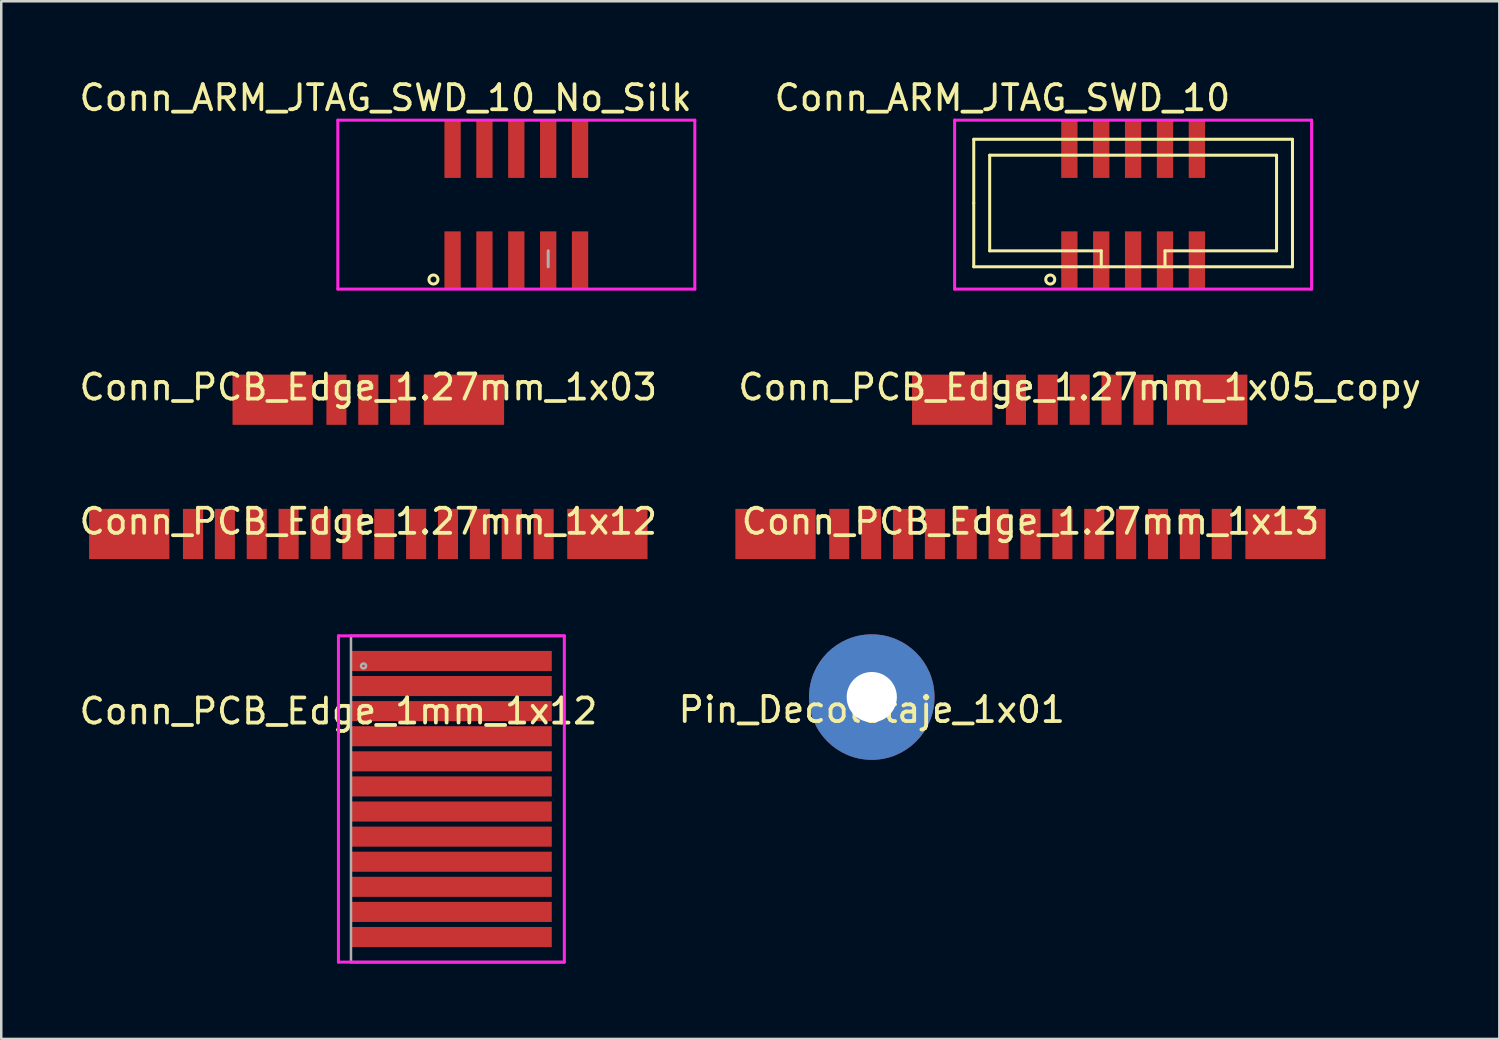
<source format=kicad_pcb>
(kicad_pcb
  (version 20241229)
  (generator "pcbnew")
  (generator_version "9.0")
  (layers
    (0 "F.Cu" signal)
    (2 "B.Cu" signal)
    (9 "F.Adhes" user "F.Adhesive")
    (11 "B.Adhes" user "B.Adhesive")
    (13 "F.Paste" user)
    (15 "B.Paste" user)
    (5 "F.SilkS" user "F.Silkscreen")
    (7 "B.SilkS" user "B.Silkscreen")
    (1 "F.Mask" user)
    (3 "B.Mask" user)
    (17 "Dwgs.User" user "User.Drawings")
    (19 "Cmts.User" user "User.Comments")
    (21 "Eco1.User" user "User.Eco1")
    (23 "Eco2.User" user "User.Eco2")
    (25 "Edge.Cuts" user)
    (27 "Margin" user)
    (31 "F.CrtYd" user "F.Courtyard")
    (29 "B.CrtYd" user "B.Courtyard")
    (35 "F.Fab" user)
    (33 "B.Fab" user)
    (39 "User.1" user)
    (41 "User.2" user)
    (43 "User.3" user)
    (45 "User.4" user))
  (footprint "Conn_PCB_Edge_1.27mm_1x05_copy"
    (layer "F.Cu")
    (at 39.97 12.877)
    (property "Reference" "Conn_PCB_Edge_1.27mm_1x05_copy" (at 0 -0.5 0) (unlocked yes) (layer "F.SilkS") (effects (font (size 1 1) (thickness 0.15))))
    (attr smd)
    (pad "" smd rect (at -5.08 0) (size 3.2 2) (layers "F.Cu" "F.Mask"))
    (pad "" smd rect (at 5.08 0) (size 3.2 2) (layers "F.Cu" "F.Mask"))
    (pad "1" smd rect (at -2.54 0) (size 0.8 2) (layers "F.Cu" "F.Mask"))
    (pad "2" smd rect (at -1.27 0) (size 0.8 2) (layers "F.Cu" "F.Mask"))
    (pad "3" smd rect (at 0 0) (size 0.8 2) (layers "F.Cu" "F.Mask"))
    (pad "4" smd rect (at 1.27 0) (size 0.8 2) (layers "F.Cu" "F.Mask"))
    (pad "5" smd rect (at 2.54 0) (size 0.8 2) (layers "F.Cu" "F.Mask")))
  (footprint "Conn_PCB_Edge_1mm_1x12"
    (layer "F.Cu")
    (at 14.935 28.785)
    (property "Reference" "Conn_PCB_Edge_1mm_1x12" (at -4.5 -3.5 0) (unlocked yes) (layer "F.SilkS") (effects (font (size 1 1) (thickness 0.15))))
    (fp_rect (start -4 -6.45) (end 0 6.45) (stroke (width 0.12) (type solid)) (fill yes) (layer "F.Mask"))
    (fp_line (start -4.5 -6.5) (end -4.5 6.5) (stroke (width 0.12) (type solid)) (layer "F.CrtYd"))
    (fp_line (start 4.5 -6.5) (end -4.5 -6.5) (stroke (width 0.12) (type solid)) (layer "F.CrtYd"))
    (fp_line (start 4.5 -6.5) (end 4.5 6.5) (stroke (width 0.12) (type solid)) (layer "F.CrtYd"))
    (fp_line (start 4.5 6.5) (end -4.5 6.5) (stroke (width 0.12) (type solid)) (layer "F.CrtYd"))
    (fp_line (start -4 -6.5) (end -4 6.5) (stroke (width 0.1) (type solid)) (layer "F.Fab"))
    (fp_line (start -4 6.5) (end 4.5 6.5) (stroke (width 0.1) (type solid)) (layer "F.Fab"))
    (fp_line (start 4.5 -6.5) (end -4 -6.5) (stroke (width 0.1) (type solid)) (layer "F.Fab"))
    (fp_circle (center -3.5 -5.3) (end -3.5 -5.2) (stroke (width 0.1) (type solid)) (fill no) (layer "F.Fab"))
    (pad "1" connect rect (at 0 -5.5) (size 8 0.8) (layers "F.Cu"))
    (pad "2" connect rect (at 0 -4.5) (size 8 0.8) (layers "F.Cu"))
    (pad "3" connect rect (at 0 -3.5) (size 8 0.8) (layers "F.Cu"))
    (pad "4" connect rect (at 0 -2.5) (size 8 0.8) (layers "F.Cu"))
    (pad "5" connect rect (at 0 -1.5) (size 8 0.8) (layers "F.Cu"))
    (pad "6" connect rect (at 0 -0.5) (size 8 0.8) (layers "F.Cu"))
    (pad "7" connect rect (at 0 0.5) (size 8 0.8) (layers "F.Cu"))
    (pad "8" connect rect (at 0 1.5) (size 8 0.8) (layers "F.Cu"))
    (pad "9" connect rect (at 0 2.5) (size 8 0.8) (layers "F.Cu"))
    (pad "10" connect rect (at 0 3.5) (size 8 0.8) (layers "F.Cu"))
    (pad "11" connect rect (at 0 4.5) (size 8 0.8) (layers "F.Cu"))
    (pad "12" connect rect (at 0 5.5) (size 8 0.8) (layers "F.Cu")))
  (footprint "Conn_PCB_Edge_1.27mm_1x13"
    (layer "F.Cu")
    (at 38.01 18.225)
    (property "Reference" "Conn_PCB_Edge_1.27mm_1x13" (at 0 -0.5 0) (unlocked yes) (layer "F.SilkS") (effects (font (size 1 1) (thickness 0.15))))
    (attr smd)
    (pad "" smd rect (at -10.16 0) (size 3.2 2) (layers "F.Cu" "F.Mask"))
    (pad "" smd rect (at 10.16 0) (size 3.2 2) (layers "F.Cu" "F.Mask"))
    (pad "1" smd rect (at -7.62 0) (size 0.8 2) (layers "F.Cu" "F.Mask"))
    (pad "2" smd rect (at -6.35 0) (size 0.8 2) (layers "F.Cu" "F.Mask"))
    (pad "3" smd rect (at -5.08 0) (size 0.8 2) (layers "F.Cu" "F.Mask"))
    (pad "4" smd rect (at -3.81 0) (size 0.8 2) (layers "F.Cu" "F.Mask"))
    (pad "5" smd rect (at -2.54 0) (size 0.8 2) (layers "F.Cu" "F.Mask"))
    (pad "6" smd rect (at -1.27 0) (size 0.8 2) (layers "F.Cu" "F.Mask"))
    (pad "7" smd rect (at 0 0) (size 0.8 2) (layers "F.Cu" "F.Mask"))
    (pad "8" smd rect (at 1.27 0) (size 0.8 2) (layers "F.Cu" "F.Mask"))
    (pad "9" smd rect (at 2.54 0) (size 0.8 2) (layers "F.Cu" "F.Mask"))
    (pad "10" smd rect (at 3.81 0) (size 0.8 2) (layers "F.Cu" "F.Mask"))
    (pad "11" smd rect (at 5.08 0) (size 0.8 2) (layers "F.Cu" "F.Mask"))
    (pad "12" smd rect (at 6.35 0) (size 0.8 2) (layers "F.Cu" "F.Mask"))
    (pad "13" smd rect (at 7.62 0) (size 0.8 2) (layers "F.Cu" "F.Mask")))
  (footprint "Conn_ARM_JTAG_SWD_10"
    (layer "F.Cu")
    (at 42.098 5.039)
    (property "Reference" "Conn_ARM_JTAG_SWD_10" (at -5.207 -4.191 0) (layer "F.SilkS") (effects (font (size 1 1) (thickness 0.15))))
    (attr through_hole)
    (fp_line (start -6.35 -2.54) (end 6.35 -2.54) (stroke (width 0.12) (type solid)) (layer "F.SilkS"))
    (fp_line (start -6.35 0) (end -6.35 -2.54) (stroke (width 0.12) (type solid)) (layer "F.SilkS"))
    (fp_line (start -6.35 2.54) (end -6.35 0) (stroke (width 0.12) (type solid)) (layer "F.SilkS"))
    (fp_line (start -5.715 -1.905) (end 5.715 -1.905) (stroke (width 0.12) (type solid)) (layer "F.SilkS"))
    (fp_line (start -5.715 1.905) (end -5.715 -1.905) (stroke (width 0.12) (type solid)) (layer "F.SilkS"))
    (fp_line (start -1.27 1.905) (end -5.715 1.905) (stroke (width 0.12) (type solid)) (layer "F.SilkS"))
    (fp_line (start -1.27 2.54) (end -1.27 1.905) (stroke (width 0.12) (type solid)) (layer "F.SilkS"))
    (fp_line (start 1.27 1.905) (end 1.27 2.54) (stroke (width 0.12) (type solid)) (layer "F.SilkS"))
    (fp_line (start 5.715 -1.905) (end 5.715 1.905) (stroke (width 0.12) (type solid)) (layer "F.SilkS"))
    (fp_line (start 5.715 1.905) (end 1.27 1.905) (stroke (width 0.12) (type solid)) (layer "F.SilkS"))
    (fp_line (start 6.35 -2.54) (end 6.35 2.54) (stroke (width 0.12) (type solid)) (layer "F.SilkS"))
    (fp_line (start 6.35 2.54) (end -6.35 2.54) (stroke (width 0.12) (type solid)) (layer "F.SilkS"))
    (fp_circle (center -3.302 3.048) (end -3.175 3.175) (stroke (width 0.12) (type solid)) (fill no) (layer "F.SilkS"))
    (fp_line (start -7.112 -3.302) (end -7.112 3.429) (stroke (width 0.12) (type solid)) (layer "F.CrtYd"))
    (fp_line (start -7.112 3.429) (end 7.112 3.429) (stroke (width 0.12) (type solid)) (layer "F.CrtYd"))
    (fp_line (start 7.112 -3.302) (end -7.112 -3.302) (stroke (width 0.12) (type solid)) (layer "F.CrtYd"))
    (fp_line (start 7.112 3.429) (end 7.112 -3.302) (stroke (width 0.12) (type solid)) (layer "F.CrtYd"))
    (pad "1" smd rect (at -2.54 2.265) (size 0.65 2.27) (layers "F.Cu" "F.Mask" "F.Paste"))
    (pad "2" smd rect (at -2.54 -2.135) (size 0.65 2.27) (layers "F.Cu" "F.Mask" "F.Paste"))
    (pad "3" smd rect (at -1.27 2.265) (size 0.65 2.27) (layers "F.Cu" "F.Mask" "F.Paste"))
    (pad "4" smd rect (at -1.27 -2.135) (size 0.65 2.27) (layers "F.Cu" "F.Mask" "F.Paste"))
    (pad "5" smd rect (at 0 2.265) (size 0.65 2.27) (layers "F.Cu" "F.Mask" "F.Paste"))
    (pad "6" smd rect (at 0 -2.135) (size 0.65 2.27) (layers "F.Cu" "F.Mask" "F.Paste"))
    (pad "7" smd rect (at 1.27 2.265) (size 0.65 2.27) (layers "F.Cu" "F.Mask" "F.Paste"))
    (pad "8" smd rect (at 1.27 -2.135) (size 0.65 2.27) (layers "F.Cu" "F.Mask" "F.Paste"))
    (pad "9" smd rect (at 2.54 2.265) (size 0.65 2.27) (layers "F.Cu" "F.Mask" "F.Paste"))
    (pad "10" smd rect (at 2.54 -2.135) (size 0.65 2.27) (layers "F.Cu" "F.Mask" "F.Paste")))
  (footprint "Conn_PCB_Edge_1.27mm_1x12"
    (layer "F.Cu")
    (at 11.625 18.225)
    (property "Reference" "Conn_PCB_Edge_1.27mm_1x12" (at 0 -0.5 0) (unlocked yes) (layer "F.SilkS") (effects (font (size 1 1) (thickness 0.15))))
    (attr smd)
    (pad "" smd rect (at -9.525 0) (size 3.2 2) (layers "F.Cu" "F.Mask"))
    (pad "" smd rect (at 9.525 0) (size 3.2 2) (layers "F.Cu" "F.Mask"))
    (pad "1" smd rect (at -6.985 0) (size 0.8 2) (layers "F.Cu" "F.Mask"))
    (pad "2" smd rect (at -5.715 0) (size 0.8 2) (layers "F.Cu" "F.Mask"))
    (pad "3" smd rect (at -4.445 0) (size 0.8 2) (layers "F.Cu" "F.Mask"))
    (pad "4" smd rect (at -3.175 0) (size 0.8 2) (layers "F.Cu" "F.Mask"))
    (pad "5" smd rect (at -1.905 0) (size 0.8 2) (layers "F.Cu" "F.Mask"))
    (pad "6" smd rect (at -0.635 0) (size 0.8 2) (layers "F.Cu" "F.Mask"))
    (pad "7" smd rect (at 0.635 0) (size 0.8 2) (layers "F.Cu" "F.Mask"))
    (pad "8" smd rect (at 1.905 0) (size 0.8 2) (layers "F.Cu" "F.Mask"))
    (pad "9" smd rect (at 3.175 0) (size 0.8 2) (layers "F.Cu" "F.Mask"))
    (pad "10" smd rect (at 4.445 0) (size 0.8 2) (layers "F.Cu" "F.Mask"))
    (pad "11" smd rect (at 5.715 0) (size 0.8 2) (layers "F.Cu" "F.Mask"))
    (pad "12" smd rect (at 6.985 0) (size 0.8 2) (layers "F.Cu" "F.Mask")))
  (footprint "Conn_PCB_Edge_1.27mm_1x03"
    (layer "F.Cu")
    (at 11.625 12.877)
    (property "Reference" "Conn_PCB_Edge_1.27mm_1x03" (at 0 -0.5 0) (unlocked yes) (layer "F.SilkS") (effects (font (size 1 1) (thickness 0.15))))
    (attr smd)
    (pad "" smd rect (at -3.81 0) (size 3.2 2) (layers "F.Cu" "F.Mask" "F.Paste"))
    (pad "" smd rect (at 3.81 0) (size 3.2 2) (layers "F.Cu" "F.Mask" "F.Paste"))
    (pad "1" smd rect (at -1.27 0) (size 0.8 2) (layers "F.Cu" "F.Mask" "F.Paste"))
    (pad "2" smd rect (at 0 0) (size 0.8 2) (layers "F.Cu" "F.Mask" "F.Paste"))
    (pad "3" smd rect (at 1.27 0) (size 0.8 2) (layers "F.Cu" "F.Mask" "F.Paste")))
  (footprint "Conn_ARM_JTAG_SWD_10_No_Silk"
    (layer "F.Cu")
    (at 17.522 5.039)
    (property "Reference" "Conn_ARM_JTAG_SWD_10_No_Silk" (at -5.207 -4.191 0) (layer "F.SilkS") (effects (font (size 1 1) (thickness 0.15))))
    (attr through_hole)
    (fp_circle (center -3.302 3.048) (end -3.175 3.175) (stroke (width 0.12) (type solid)) (fill no) (layer "F.SilkS"))
    (fp_line (start -7.112 -3.302) (end -7.112 3.429) (stroke (width 0.12) (type solid)) (layer "F.CrtYd"))
    (fp_line (start -7.112 3.429) (end 7.112 3.429) (stroke (width 0.12) (type solid)) (layer "F.CrtYd"))
    (fp_line (start 7.112 -3.302) (end -7.112 -3.302) (stroke (width 0.12) (type solid)) (layer "F.CrtYd"))
    (fp_line (start 7.112 3.429) (end 7.112 -3.302) (stroke (width 0.12) (type solid)) (layer "F.CrtYd"))
    (fp_line (start 1.27 1.905) (end 1.27 2.54) (stroke (width 0.12) (type solid)) (layer "F.Fab"))
    (pad "1" smd rect (at -2.54 2.265) (size 0.65 2.27) (layers "F.Cu" "F.Mask" "F.Paste"))
    (pad "2" smd rect (at -2.54 -2.135) (size 0.65 2.27) (layers "F.Cu" "F.Mask" "F.Paste"))
    (pad "3" smd rect (at -1.27 2.265) (size 0.65 2.27) (layers "F.Cu" "F.Mask" "F.Paste"))
    (pad "4" smd rect (at -1.27 -2.135) (size 0.65 2.27) (layers "F.Cu" "F.Mask" "F.Paste"))
    (pad "5" smd rect (at 0 2.265) (size 0.65 2.27) (layers "F.Cu" "F.Mask" "F.Paste"))
    (pad "6" smd rect (at 0 -2.135) (size 0.65 2.27) (layers "F.Cu" "F.Mask" "F.Paste"))
    (pad "7" smd rect (at 1.27 2.265) (size 0.65 2.27) (layers "F.Cu" "F.Mask" "F.Paste"))
    (pad "8" smd rect (at 1.27 -2.135) (size 0.65 2.27) (layers "F.Cu" "F.Mask" "F.Paste"))
    (pad "9" smd rect (at 2.54 2.265) (size 0.65 2.27) (layers "F.Cu" "F.Mask" "F.Paste"))
    (pad "10" smd rect (at 2.54 -2.135) (size 0.65 2.27) (layers "F.Cu" "F.Mask" "F.Paste")))
  (footprint "Pin_Decoletaje_1x01"
    (layer "F.Cu")
    (at 31.685 24.725)
    (property "Reference" "Pin_Decoletaje_1x01" (at 0 0.5 0) (layer "F.SilkS") (effects (font (size 1 1) (thickness 0.15))))
    (attr through_hole)
    (pad "1" thru_hole circle (at 0 0) (size 5 5) (drill 2) (layers "*.Cu" "*.Mask")))
  (gr_rect
    (start -3 -3)
    (end 56.69 38.345)
    (stroke (width 0.1) (type default))
    (fill no)
    (layer "Edge.Cuts")))
</source>
